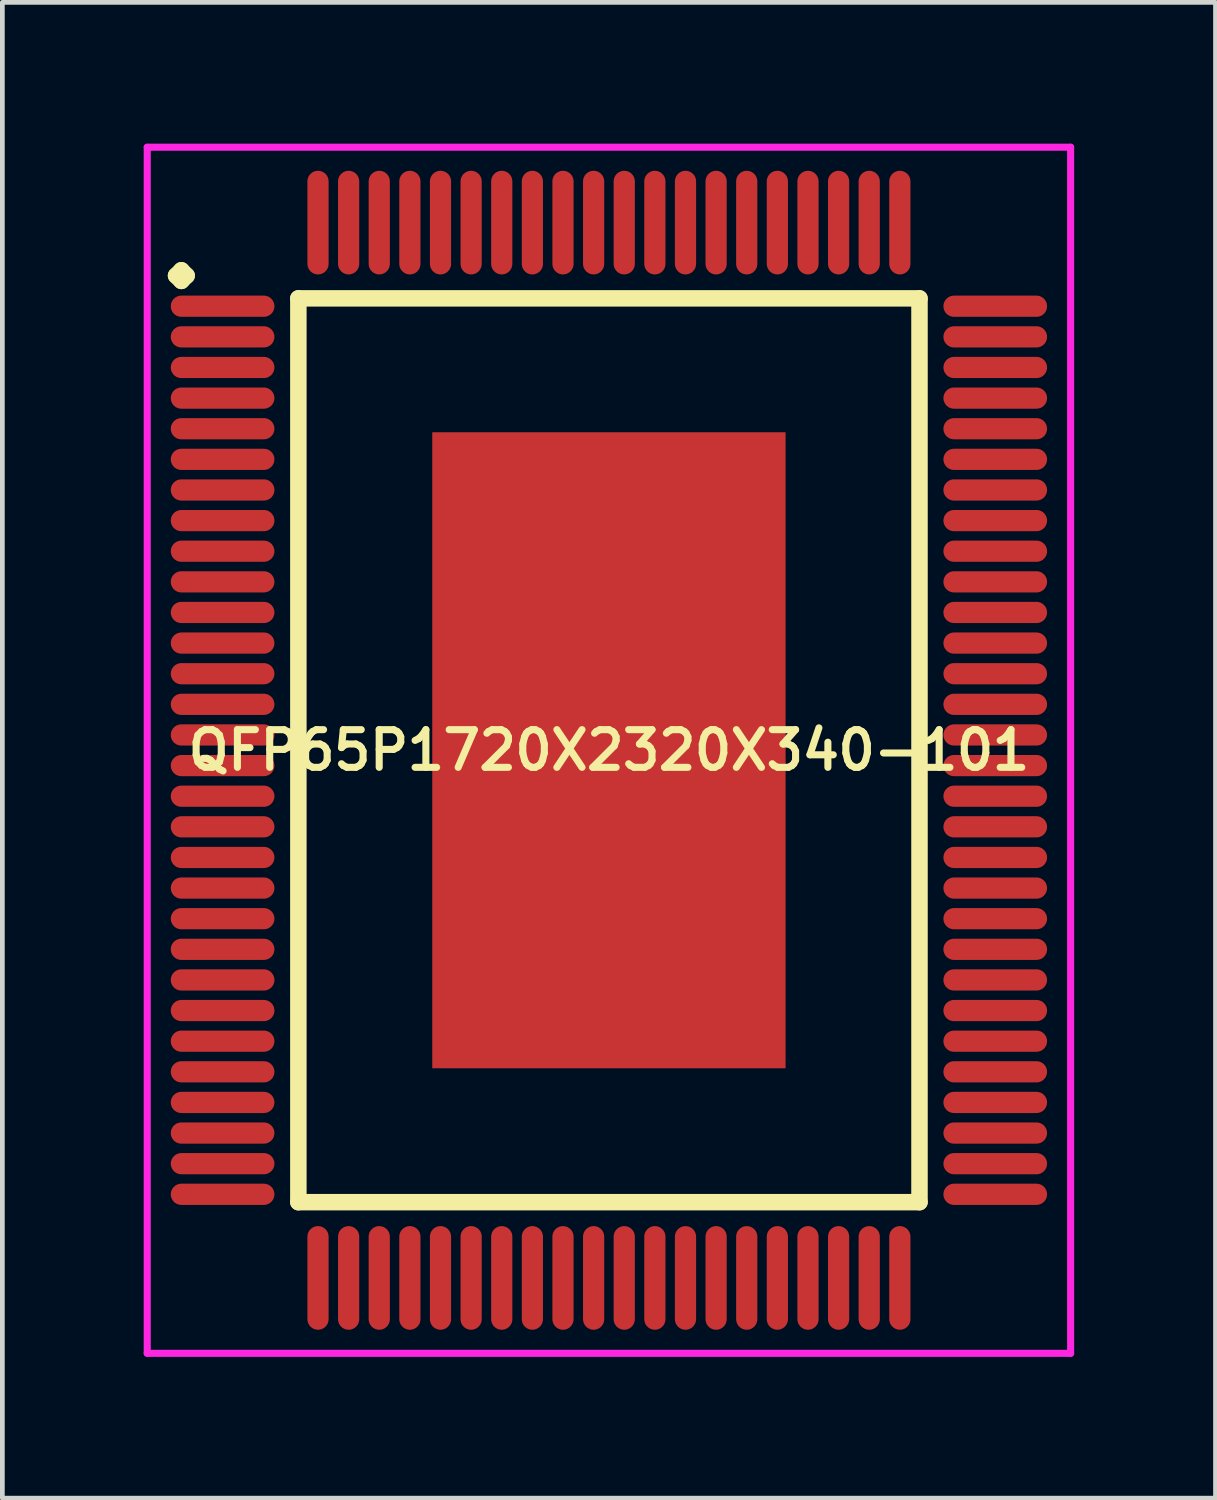
<source format=kicad_pcb>
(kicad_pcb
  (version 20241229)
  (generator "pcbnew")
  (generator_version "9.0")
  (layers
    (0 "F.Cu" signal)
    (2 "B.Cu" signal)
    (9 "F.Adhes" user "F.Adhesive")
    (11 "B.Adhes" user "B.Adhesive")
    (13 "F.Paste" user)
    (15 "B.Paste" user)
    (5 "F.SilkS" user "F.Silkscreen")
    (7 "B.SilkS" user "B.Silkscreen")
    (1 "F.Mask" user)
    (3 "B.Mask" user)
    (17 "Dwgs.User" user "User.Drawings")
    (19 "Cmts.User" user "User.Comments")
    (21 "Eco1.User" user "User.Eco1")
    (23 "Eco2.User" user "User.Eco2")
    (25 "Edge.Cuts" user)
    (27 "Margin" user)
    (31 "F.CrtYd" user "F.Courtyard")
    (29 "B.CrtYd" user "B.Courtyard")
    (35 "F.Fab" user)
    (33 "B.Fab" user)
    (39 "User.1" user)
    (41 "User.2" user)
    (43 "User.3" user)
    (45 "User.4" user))
  (footprint "QFP65P1720X2320X340-101"
    (layer "F.Cu")
    (at 9.875 12.875)
    (property "Reference" "QFP65P1720X2320X340-101" (at 0 0 0) (layer "F.SilkS") (effects (font (size 0.8 0.8) (thickness 0.15))))
    (attr through_hole)
    (fp_line (start -9.188 -10.075) (end -9.075 -10.188) (stroke (width 0.35) (type solid)) (layer "F.SilkS"))
    (fp_line (start -9.075 -10.188) (end -8.963 -10.075) (stroke (width 0.35) (type solid)) (layer "F.SilkS"))
    (fp_line (start -9.075 -9.963) (end -9.188 -10.075) (stroke (width 0.35) (type solid)) (layer "F.SilkS"))
    (fp_line (start -8.963 -10.075) (end -9.075 -9.963) (stroke (width 0.35) (type solid)) (layer "F.SilkS"))
    (fp_line (start -6.592 -9.592) (end -6.592 9.592) (stroke (width 0.35) (type solid)) (layer "F.SilkS"))
    (fp_line (start -6.592 9.592) (end 6.592 9.592) (stroke (width 0.35) (type solid)) (layer "F.SilkS"))
    (fp_line (start 6.592 -9.592) (end -6.592 -9.592) (stroke (width 0.35) (type solid)) (layer "F.SilkS"))
    (fp_line (start 6.592 9.592) (end 6.592 -9.592) (stroke (width 0.35) (type solid)) (layer "F.SilkS"))
    (fp_line (start -9.8 -12.8) (end 9.8 -12.8) (stroke (width 0.15) (type solid)) (layer "F.CrtYd"))
    (fp_line (start -9.8 12.8) (end -9.8 -12.8) (stroke (width 0.15) (type solid)) (layer "F.CrtYd"))
    (fp_line (start 9.8 -12.8) (end 9.8 12.8) (stroke (width 0.15) (type solid)) (layer "F.CrtYd"))
    (fp_line (start 9.8 12.8) (end -9.8 12.8) (stroke (width 0.15) (type solid)) (layer "F.CrtYd"))
    (pad "1" smd oval (at -8.2 -9.425) (size 2.2 0.45) (layers "F.Cu" "F.Mask" "F.Paste"))
    (pad "2" smd oval (at -8.2 -8.775) (size 2.2 0.45) (layers "F.Cu" "F.Mask" "F.Paste"))
    (pad "3" smd oval (at -8.2 -8.125) (size 2.2 0.45) (layers "F.Cu" "F.Mask" "F.Paste"))
    (pad "4" smd oval (at -8.2 -7.475) (size 2.2 0.45) (layers "F.Cu" "F.Mask" "F.Paste"))
    (pad "5" smd oval (at -8.2 -6.825) (size 2.2 0.45) (layers "F.Cu" "F.Mask" "F.Paste"))
    (pad "6" smd oval (at -8.2 -6.175) (size 2.2 0.45) (layers "F.Cu" "F.Mask" "F.Paste"))
    (pad "7" smd oval (at -8.2 -5.525) (size 2.2 0.45) (layers "F.Cu" "F.Mask" "F.Paste"))
    (pad "8" smd oval (at -8.2 -4.875) (size 2.2 0.45) (layers "F.Cu" "F.Mask" "F.Paste"))
    (pad "9" smd oval (at -8.2 -4.225) (size 2.2 0.45) (layers "F.Cu" "F.Mask" "F.Paste"))
    (pad "10" smd oval (at -8.2 -3.575) (size 2.2 0.45) (layers "F.Cu" "F.Mask" "F.Paste"))
    (pad "11" smd oval (at -8.2 -2.925) (size 2.2 0.45) (layers "F.Cu" "F.Mask" "F.Paste"))
    (pad "12" smd oval (at -8.2 -2.275) (size 2.2 0.45) (layers "F.Cu" "F.Mask" "F.Paste"))
    (pad "13" smd oval (at -8.2 -1.625) (size 2.2 0.45) (layers "F.Cu" "F.Mask" "F.Paste"))
    (pad "14" smd oval (at -8.2 -0.975) (size 2.2 0.45) (layers "F.Cu" "F.Mask" "F.Paste"))
    (pad "15" smd oval (at -8.2 -0.325) (size 2.2 0.45) (layers "F.Cu" "F.Mask" "F.Paste"))
    (pad "16" smd oval (at -8.2 0.325) (size 2.2 0.45) (layers "F.Cu" "F.Mask" "F.Paste"))
    (pad "17" smd oval (at -8.2 0.975) (size 2.2 0.45) (layers "F.Cu" "F.Mask" "F.Paste"))
    (pad "18" smd oval (at -8.2 1.625) (size 2.2 0.45) (layers "F.Cu" "F.Mask" "F.Paste"))
    (pad "19" smd oval (at -8.2 2.275) (size 2.2 0.45) (layers "F.Cu" "F.Mask" "F.Paste"))
    (pad "20" smd oval (at -8.2 2.925) (size 2.2 0.45) (layers "F.Cu" "F.Mask" "F.Paste"))
    (pad "21" smd oval (at -8.2 3.575) (size 2.2 0.45) (layers "F.Cu" "F.Mask" "F.Paste"))
    (pad "22" smd oval (at -8.2 4.225) (size 2.2 0.45) (layers "F.Cu" "F.Mask" "F.Paste"))
    (pad "23" smd oval (at -8.2 4.875) (size 2.2 0.45) (layers "F.Cu" "F.Mask" "F.Paste"))
    (pad "24" smd oval (at -8.2 5.525) (size 2.2 0.45) (layers "F.Cu" "F.Mask" "F.Paste"))
    (pad "25" smd oval (at -8.2 6.175) (size 2.2 0.45) (layers "F.Cu" "F.Mask" "F.Paste"))
    (pad "26" smd oval (at -8.2 6.825) (size 2.2 0.45) (layers "F.Cu" "F.Mask" "F.Paste"))
    (pad "27" smd oval (at -8.2 7.475) (size 2.2 0.45) (layers "F.Cu" "F.Mask" "F.Paste"))
    (pad "28" smd oval (at -8.2 8.125) (size 2.2 0.45) (layers "F.Cu" "F.Mask" "F.Paste"))
    (pad "29" smd oval (at -8.2 8.775) (size 2.2 0.45) (layers "F.Cu" "F.Mask" "F.Paste"))
    (pad "30" smd oval (at -8.2 9.425) (size 2.2 0.45) (layers "F.Cu" "F.Mask" "F.Paste"))
    (pad "31" smd oval (at -6.175 11.2) (size 0.45 2.2) (layers "F.Cu" "F.Mask" "F.Paste"))
    (pad "32" smd oval (at -5.525 11.2) (size 0.45 2.2) (layers "F.Cu" "F.Mask" "F.Paste"))
    (pad "33" smd oval (at -4.875 11.2) (size 0.45 2.2) (layers "F.Cu" "F.Mask" "F.Paste"))
    (pad "34" smd oval (at -4.225 11.2) (size 0.45 2.2) (layers "F.Cu" "F.Mask" "F.Paste"))
    (pad "35" smd oval (at -3.575 11.2) (size 0.45 2.2) (layers "F.Cu" "F.Mask" "F.Paste"))
    (pad "36" smd oval (at -2.925 11.2) (size 0.45 2.2) (layers "F.Cu" "F.Mask" "F.Paste"))
    (pad "37" smd oval (at -2.275 11.2) (size 0.45 2.2) (layers "F.Cu" "F.Mask" "F.Paste"))
    (pad "38" smd oval (at -1.625 11.2) (size 0.45 2.2) (layers "F.Cu" "F.Mask" "F.Paste"))
    (pad "39" smd oval (at -0.975 11.2) (size 0.45 2.2) (layers "F.Cu" "F.Mask" "F.Paste"))
    (pad "40" smd oval (at -0.325 11.2) (size 0.45 2.2) (layers "F.Cu" "F.Mask" "F.Paste"))
    (pad "41" smd oval (at 0.325 11.2) (size 0.45 2.2) (layers "F.Cu" "F.Mask" "F.Paste"))
    (pad "42" smd oval (at 0.975 11.2) (size 0.45 2.2) (layers "F.Cu" "F.Mask" "F.Paste"))
    (pad "43" smd oval (at 1.625 11.2) (size 0.45 2.2) (layers "F.Cu" "F.Mask" "F.Paste"))
    (pad "44" smd oval (at 2.275 11.2) (size 0.45 2.2) (layers "F.Cu" "F.Mask" "F.Paste"))
    (pad "45" smd oval (at 2.925 11.2) (size 0.45 2.2) (layers "F.Cu" "F.Mask" "F.Paste"))
    (pad "46" smd oval (at 3.575 11.2) (size 0.45 2.2) (layers "F.Cu" "F.Mask" "F.Paste"))
    (pad "47" smd oval (at 4.225 11.2) (size 0.45 2.2) (layers "F.Cu" "F.Mask" "F.Paste"))
    (pad "48" smd oval (at 4.875 11.2) (size 0.45 2.2) (layers "F.Cu" "F.Mask" "F.Paste"))
    (pad "49" smd oval (at 5.525 11.2) (size 0.45 2.2) (layers "F.Cu" "F.Mask" "F.Paste"))
    (pad "50" smd oval (at 6.175 11.2) (size 0.45 2.2) (layers "F.Cu" "F.Mask" "F.Paste"))
    (pad "51" smd oval (at 8.2 9.425) (size 2.2 0.45) (layers "F.Cu" "F.Mask" "F.Paste"))
    (pad "52" smd oval (at 8.2 8.775) (size 2.2 0.45) (layers "F.Cu" "F.Mask" "F.Paste"))
    (pad "53" smd oval (at 8.2 8.125) (size 2.2 0.45) (layers "F.Cu" "F.Mask" "F.Paste"))
    (pad "54" smd oval (at 8.2 7.475) (size 2.2 0.45) (layers "F.Cu" "F.Mask" "F.Paste"))
    (pad "55" smd oval (at 8.2 6.825) (size 2.2 0.45) (layers "F.Cu" "F.Mask" "F.Paste"))
    (pad "56" smd oval (at 8.2 6.175) (size 2.2 0.45) (layers "F.Cu" "F.Mask" "F.Paste"))
    (pad "57" smd oval (at 8.2 5.525) (size 2.2 0.45) (layers "F.Cu" "F.Mask" "F.Paste"))
    (pad "58" smd oval (at 8.2 4.875) (size 2.2 0.45) (layers "F.Cu" "F.Mask" "F.Paste"))
    (pad "59" smd oval (at 8.2 4.225) (size 2.2 0.45) (layers "F.Cu" "F.Mask" "F.Paste"))
    (pad "60" smd oval (at 8.2 3.575) (size 2.2 0.45) (layers "F.Cu" "F.Mask" "F.Paste"))
    (pad "61" smd oval (at 8.2 2.925) (size 2.2 0.45) (layers "F.Cu" "F.Mask" "F.Paste"))
    (pad "62" smd oval (at 8.2 2.275) (size 2.2 0.45) (layers "F.Cu" "F.Mask" "F.Paste"))
    (pad "63" smd oval (at 8.2 1.625) (size 2.2 0.45) (layers "F.Cu" "F.Mask" "F.Paste"))
    (pad "64" smd oval (at 8.2 0.975) (size 2.2 0.45) (layers "F.Cu" "F.Mask" "F.Paste"))
    (pad "65" smd oval (at 8.2 0.325) (size 2.2 0.45) (layers "F.Cu" "F.Mask" "F.Paste"))
    (pad "66" smd oval (at 8.2 -0.325) (size 2.2 0.45) (layers "F.Cu" "F.Mask" "F.Paste"))
    (pad "67" smd oval (at 8.2 -0.975) (size 2.2 0.45) (layers "F.Cu" "F.Mask" "F.Paste"))
    (pad "68" smd oval (at 8.2 -1.625) (size 2.2 0.45) (layers "F.Cu" "F.Mask" "F.Paste"))
    (pad "69" smd oval (at 8.2 -2.275) (size 2.2 0.45) (layers "F.Cu" "F.Mask" "F.Paste"))
    (pad "70" smd oval (at 8.2 -2.925) (size 2.2 0.45) (layers "F.Cu" "F.Mask" "F.Paste"))
    (pad "71" smd oval (at 8.2 -3.575) (size 2.2 0.45) (layers "F.Cu" "F.Mask" "F.Paste"))
    (pad "72" smd oval (at 8.2 -4.225) (size 2.2 0.45) (layers "F.Cu" "F.Mask" "F.Paste"))
    (pad "73" smd oval (at 8.2 -4.875) (size 2.2 0.45) (layers "F.Cu" "F.Mask" "F.Paste"))
    (pad "74" smd oval (at 8.2 -5.525) (size 2.2 0.45) (layers "F.Cu" "F.Mask" "F.Paste"))
    (pad "75" smd oval (at 8.2 -6.175) (size 2.2 0.45) (layers "F.Cu" "F.Mask" "F.Paste"))
    (pad "76" smd oval (at 8.2 -6.825) (size 2.2 0.45) (layers "F.Cu" "F.Mask" "F.Paste"))
    (pad "77" smd oval (at 8.2 -7.475) (size 2.2 0.45) (layers "F.Cu" "F.Mask" "F.Paste"))
    (pad "78" smd oval (at 8.2 -8.125) (size 2.2 0.45) (layers "F.Cu" "F.Mask" "F.Paste"))
    (pad "79" smd oval (at 8.2 -8.775) (size 2.2 0.45) (layers "F.Cu" "F.Mask" "F.Paste"))
    (pad "80" smd oval (at 8.2 -9.425) (size 2.2 0.45) (layers "F.Cu" "F.Mask" "F.Paste"))
    (pad "81" smd oval (at 6.175 -11.2) (size 0.45 2.2) (layers "F.Cu" "F.Mask" "F.Paste"))
    (pad "82" smd oval (at 5.525 -11.2) (size 0.45 2.2) (layers "F.Cu" "F.Mask" "F.Paste"))
    (pad "83" smd oval (at 4.875 -11.2) (size 0.45 2.2) (layers "F.Cu" "F.Mask" "F.Paste"))
    (pad "84" smd oval (at 4.225 -11.2) (size 0.45 2.2) (layers "F.Cu" "F.Mask" "F.Paste"))
    (pad "85" smd oval (at 3.575 -11.2) (size 0.45 2.2) (layers "F.Cu" "F.Mask" "F.Paste"))
    (pad "86" smd oval (at 2.925 -11.2) (size 0.45 2.2) (layers "F.Cu" "F.Mask" "F.Paste"))
    (pad "87" smd oval (at 2.275 -11.2) (size 0.45 2.2) (layers "F.Cu" "F.Mask" "F.Paste"))
    (pad "88" smd oval (at 1.625 -11.2) (size 0.45 2.2) (layers "F.Cu" "F.Mask" "F.Paste"))
    (pad "89" smd oval (at 0.975 -11.2) (size 0.45 2.2) (layers "F.Cu" "F.Mask" "F.Paste"))
    (pad "90" smd oval (at 0.325 -11.2) (size 0.45 2.2) (layers "F.Cu" "F.Mask" "F.Paste"))
    (pad "91" smd oval (at -0.325 -11.2) (size 0.45 2.2) (layers "F.Cu" "F.Mask" "F.Paste"))
    (pad "92" smd oval (at -0.975 -11.2) (size 0.45 2.2) (layers "F.Cu" "F.Mask" "F.Paste"))
    (pad "93" smd oval (at -1.625 -11.2) (size 0.45 2.2) (layers "F.Cu" "F.Mask" "F.Paste"))
    (pad "94" smd oval (at -2.275 -11.2) (size 0.45 2.2) (layers "F.Cu" "F.Mask" "F.Paste"))
    (pad "95" smd oval (at -2.925 -11.2) (size 0.45 2.2) (layers "F.Cu" "F.Mask" "F.Paste"))
    (pad "96" smd oval (at -3.575 -11.2) (size 0.45 2.2) (layers "F.Cu" "F.Mask" "F.Paste"))
    (pad "97" smd oval (at -4.225 -11.2) (size 0.45 2.2) (layers "F.Cu" "F.Mask" "F.Paste"))
    (pad "98" smd oval (at -4.875 -11.2) (size 0.45 2.2) (layers "F.Cu" "F.Mask" "F.Paste"))
    (pad "99" smd oval (at -5.525 -11.2) (size 0.45 2.2) (layers "F.Cu" "F.Mask" "F.Paste"))
    (pad "100" smd oval (at -6.175 -11.2) (size 0.45 2.2) (layers "F.Cu" "F.Mask" "F.Paste"))
    (pad "101" smd rect (at 0 0) (size 7.5 13.5) (layers "F.Cu" "F.Mask" "F.Paste")))
  (gr_rect
    (start -3 -3)
    (end 22.75 28.75)
    (stroke (width 0.1) (type default))
    (fill no)
    (layer "Edge.Cuts")))
</source>
